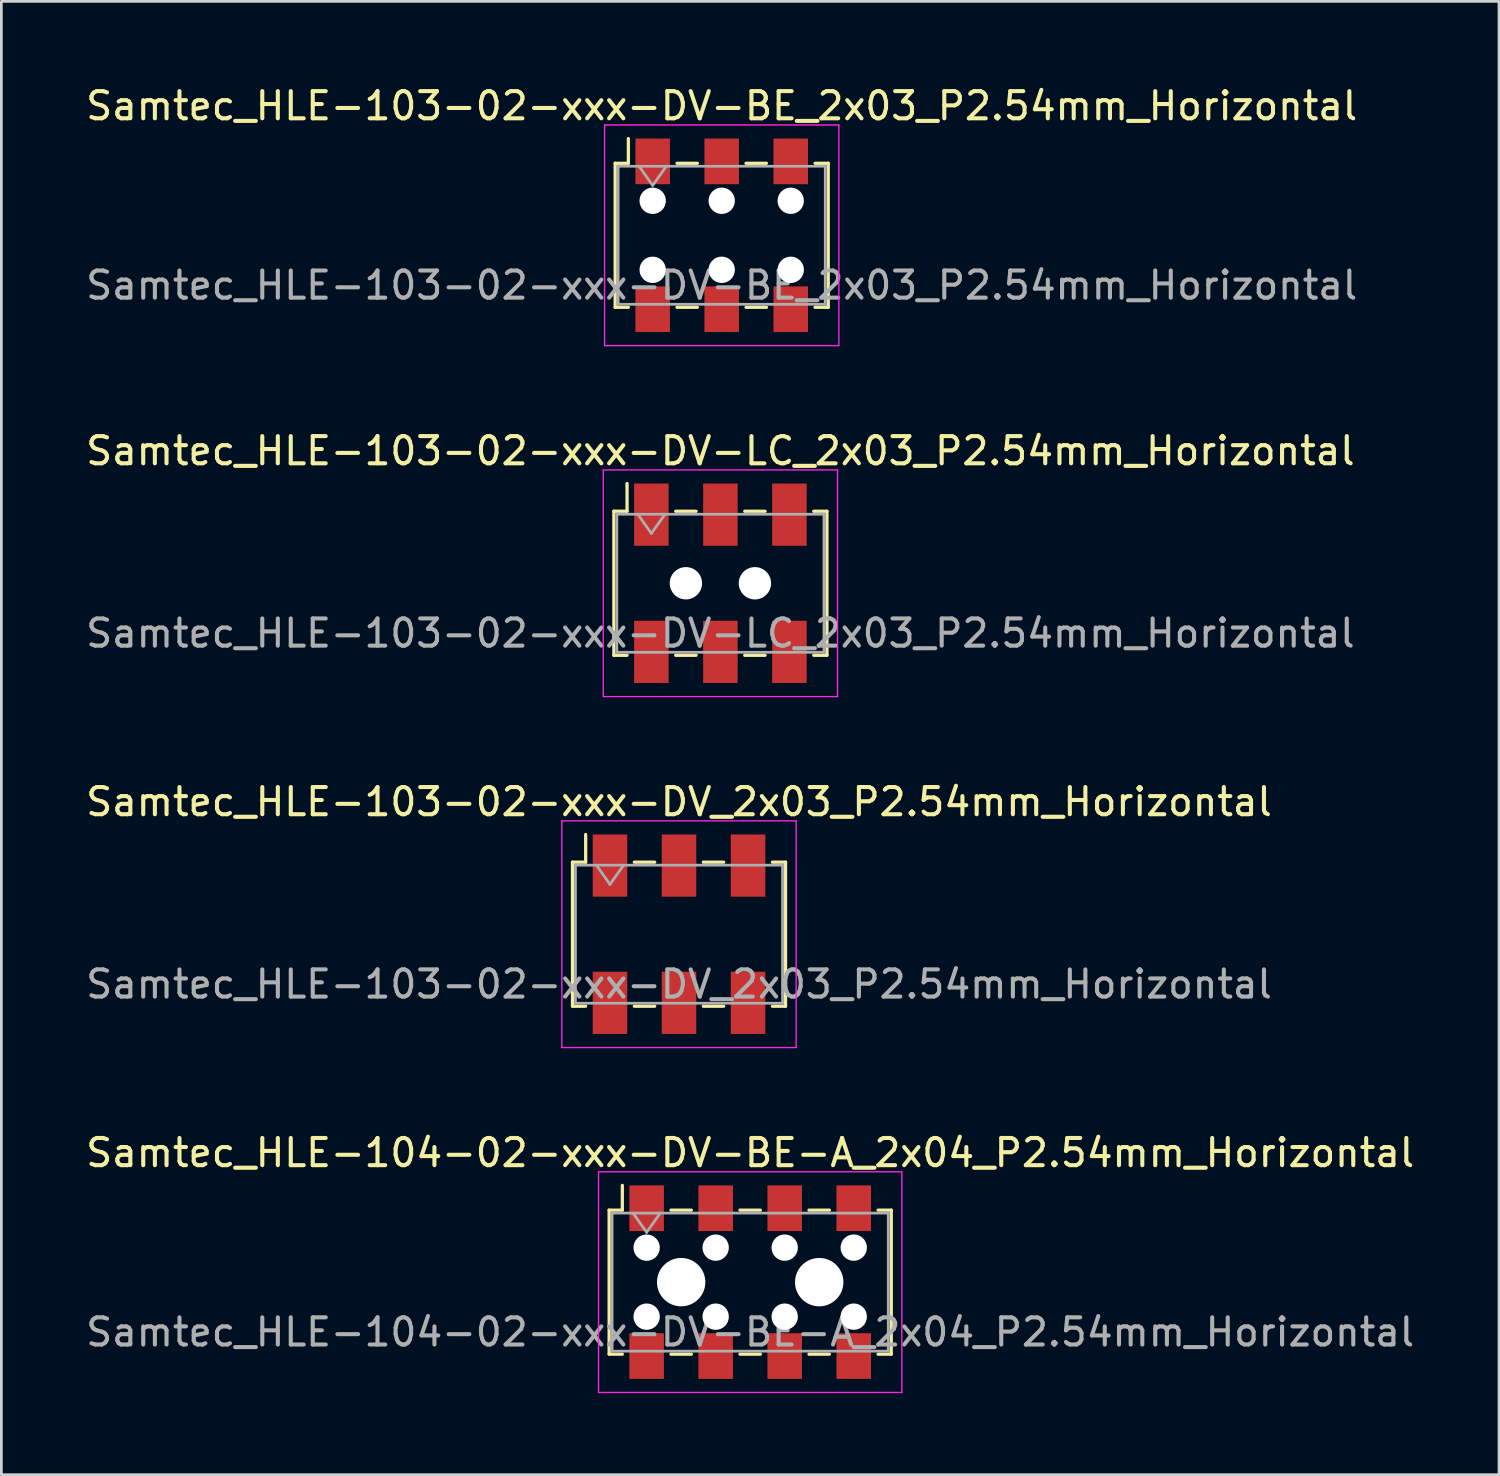
<source format=kicad_pcb>
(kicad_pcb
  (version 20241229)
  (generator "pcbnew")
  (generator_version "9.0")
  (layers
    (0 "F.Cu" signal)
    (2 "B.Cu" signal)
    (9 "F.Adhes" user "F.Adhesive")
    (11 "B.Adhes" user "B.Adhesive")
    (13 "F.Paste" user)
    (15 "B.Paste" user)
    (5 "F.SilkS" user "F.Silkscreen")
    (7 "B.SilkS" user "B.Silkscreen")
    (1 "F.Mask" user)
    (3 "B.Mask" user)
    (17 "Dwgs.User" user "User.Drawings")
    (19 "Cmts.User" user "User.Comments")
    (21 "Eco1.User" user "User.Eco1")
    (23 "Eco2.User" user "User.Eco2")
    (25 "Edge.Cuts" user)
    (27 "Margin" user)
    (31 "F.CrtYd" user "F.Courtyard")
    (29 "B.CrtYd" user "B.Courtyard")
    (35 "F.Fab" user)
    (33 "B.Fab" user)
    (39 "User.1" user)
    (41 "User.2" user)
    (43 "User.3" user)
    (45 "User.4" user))
  (footprint "Samtec_HLE-103-02-xxx-DV-LC_2x03_P2.54mm_Horizontal"
    (layer "F.Cu")
    (at 23.458 18.412)
    (property "Reference" "Samtec_HLE-103-02-xxx-DV-LC_2x03_P2.54mm_Horizontal" (at 0 -4.87 0) (layer "F.SilkS") (effects (font (size 1 1) (thickness 0.15))))
    (attr smd)
    (fp_line (start -3.92 -2.65) (end -3.92 2.65) (stroke (width 0.12) (type solid)) (layer "F.SilkS"))
    (fp_line (start -3.92 2.65) (end -3.435 2.65) (stroke (width 0.12) (type solid)) (layer "F.SilkS"))
    (fp_line (start -3.435 -3.67) (end -3.435 -2.65) (stroke (width 0.12) (type solid)) (layer "F.SilkS"))
    (fp_line (start -3.435 -2.65) (end -3.92 -2.65) (stroke (width 0.12) (type solid)) (layer "F.SilkS"))
    (fp_line (start -1.645 -2.65) (end -0.895 -2.65) (stroke (width 0.12) (type solid)) (layer "F.SilkS"))
    (fp_line (start -1.645 2.65) (end -0.895 2.65) (stroke (width 0.12) (type solid)) (layer "F.SilkS"))
    (fp_line (start 0.895 -2.65) (end 1.645 -2.65) (stroke (width 0.12) (type solid)) (layer "F.SilkS"))
    (fp_line (start 0.895 2.65) (end 1.645 2.65) (stroke (width 0.12) (type solid)) (layer "F.SilkS"))
    (fp_line (start 3.435 -2.65) (end 3.92 -2.65) (stroke (width 0.12) (type solid)) (layer "F.SilkS"))
    (fp_line (start 3.92 -2.65) (end 3.92 2.65) (stroke (width 0.12) (type solid)) (layer "F.SilkS"))
    (fp_line (start 3.92 2.65) (end 3.435 2.65) (stroke (width 0.12) (type solid)) (layer "F.SilkS"))
    (fp_line (start -4.31 -4.17) (end 4.31 -4.17) (stroke (width 0.05) (type solid)) (layer "F.CrtYd"))
    (fp_line (start -4.31 4.17) (end -4.31 -4.17) (stroke (width 0.05) (type solid)) (layer "F.CrtYd"))
    (fp_line (start 4.31 -4.17) (end 4.31 4.17) (stroke (width 0.05) (type solid)) (layer "F.CrtYd"))
    (fp_line (start 4.31 4.17) (end -4.31 4.17) (stroke (width 0.05) (type solid)) (layer "F.CrtYd"))
    (fp_line (start -3.81 -2.54) (end 3.81 -2.54) (stroke (width 0.1) (type solid)) (layer "F.Fab"))
    (fp_line (start -3.81 2.54) (end -3.81 -2.54) (stroke (width 0.1) (type solid)) (layer "F.Fab"))
    (fp_line (start -3.04 -2.54) (end -2.54 -1.833) (stroke (width 0.1) (type solid)) (layer "F.Fab"))
    (fp_line (start -2.54 -1.833) (end -2.04 -2.54) (stroke (width 0.1) (type solid)) (layer "F.Fab"))
    (fp_line (start 3.81 -2.54) (end 3.81 2.54) (stroke (width 0.1) (type solid)) (layer "F.Fab"))
    (fp_line (start 3.81 2.54) (end -3.81 2.54) (stroke (width 0.1) (type solid)) (layer "F.Fab"))
    (fp_text user "${REFERENCE}" (at 0 1.84 0) (layer "F.Fab") (effects (font (size 1 1) (thickness 0.15))))
    (pad "" np_thru_hole circle (at -1.27 0) (size 1.19 1.19) (drill 1.19) (layers "*.Cu" "*.Mask"))
    (pad "" np_thru_hole circle (at 1.27 0) (size 1.19 1.19) (drill 1.19) (layers "*.Cu" "*.Mask"))
    (pad "1" smd rect (at -2.54 -2.525) (size 1.27 2.29) (layers "F.Cu" "F.Mask" "F.Paste"))
    (pad "2" smd rect (at -2.54 2.525) (size 1.27 2.29) (layers "F.Cu" "F.Mask" "F.Paste"))
    (pad "3" smd rect (at 0 -2.525) (size 1.27 2.29) (layers "F.Cu" "F.Mask" "F.Paste"))
    (pad "4" smd rect (at 0 2.525) (size 1.27 2.29) (layers "F.Cu" "F.Mask" "F.Paste"))
    (pad "5" smd rect (at 2.54 -2.525) (size 1.27 2.29) (layers "F.Cu" "F.Mask" "F.Paste"))
    (pad "6" smd rect (at 2.54 2.525) (size 1.27 2.29) (layers "F.Cu" "F.Mask" "F.Paste")))
  (footprint "Samtec_HLE-104-02-xxx-DV-BE-A_2x04_P2.54mm_Horizontal"
    (layer "F.Cu")
    (at 24.554 44.128)
    (property "Reference" "Samtec_HLE-104-02-xxx-DV-BE-A_2x04_P2.54mm_Horizontal" (at 0 -4.76 0) (layer "F.SilkS") (effects (font (size 1 1) (thickness 0.15))))
    (attr smd)
    (fp_line (start -5.19 -2.65) (end -5.19 2.65) (stroke (width 0.12) (type solid)) (layer "F.SilkS"))
    (fp_line (start -5.19 2.65) (end -4.705 2.65) (stroke (width 0.12) (type solid)) (layer "F.SilkS"))
    (fp_line (start -4.705 -3.56) (end -4.705 -2.65) (stroke (width 0.12) (type solid)) (layer "F.SilkS"))
    (fp_line (start -4.705 -2.65) (end -5.19 -2.65) (stroke (width 0.12) (type solid)) (layer "F.SilkS"))
    (fp_line (start -2.915 -2.65) (end -2.165 -2.65) (stroke (width 0.12) (type solid)) (layer "F.SilkS"))
    (fp_line (start -2.915 2.65) (end -2.165 2.65) (stroke (width 0.12) (type solid)) (layer "F.SilkS"))
    (fp_line (start -0.375 -2.65) (end 0.375 -2.65) (stroke (width 0.12) (type solid)) (layer "F.SilkS"))
    (fp_line (start -0.375 2.65) (end 0.375 2.65) (stroke (width 0.12) (type solid)) (layer "F.SilkS"))
    (fp_line (start 2.165 -2.65) (end 2.915 -2.65) (stroke (width 0.12) (type solid)) (layer "F.SilkS"))
    (fp_line (start 2.165 2.65) (end 2.915 2.65) (stroke (width 0.12) (type solid)) (layer "F.SilkS"))
    (fp_line (start 4.705 -2.65) (end 5.19 -2.65) (stroke (width 0.12) (type solid)) (layer "F.SilkS"))
    (fp_line (start 5.19 -2.65) (end 5.19 2.65) (stroke (width 0.12) (type solid)) (layer "F.SilkS"))
    (fp_line (start 5.19 2.65) (end 4.705 2.65) (stroke (width 0.12) (type solid)) (layer "F.SilkS"))
    (fp_line (start -5.58 -4.06) (end 5.58 -4.06) (stroke (width 0.05) (type solid)) (layer "F.CrtYd"))
    (fp_line (start -5.58 4.06) (end -5.58 -4.06) (stroke (width 0.05) (type solid)) (layer "F.CrtYd"))
    (fp_line (start 5.58 -4.06) (end 5.58 4.06) (stroke (width 0.05) (type solid)) (layer "F.CrtYd"))
    (fp_line (start 5.58 4.06) (end -5.58 4.06) (stroke (width 0.05) (type solid)) (layer "F.CrtYd"))
    (fp_line (start -5.08 -2.54) (end 5.08 -2.54) (stroke (width 0.1) (type solid)) (layer "F.Fab"))
    (fp_line (start -5.08 2.54) (end -5.08 -2.54) (stroke (width 0.1) (type solid)) (layer "F.Fab"))
    (fp_line (start -4.31 -2.54) (end -3.81 -1.833) (stroke (width 0.1) (type solid)) (layer "F.Fab"))
    (fp_line (start -3.81 -1.833) (end -3.31 -2.54) (stroke (width 0.1) (type solid)) (layer "F.Fab"))
    (fp_line (start 5.08 -2.54) (end 5.08 2.54) (stroke (width 0.1) (type solid)) (layer "F.Fab"))
    (fp_line (start 5.08 2.54) (end -5.08 2.54) (stroke (width 0.1) (type solid)) (layer "F.Fab"))
    (fp_text user "${REFERENCE}" (at 0 1.84 0) (layer "F.Fab") (effects (font (size 1 1) (thickness 0.15))))
    (pad "" np_thru_hole circle (at -3.81 -1.27) (size 0.97 0.97) (drill 0.97) (layers "*.Cu" "*.Mask"))
    (pad "" np_thru_hole circle (at -3.81 1.27) (size 0.97 0.97) (drill 0.97) (layers "*.Cu" "*.Mask"))
    (pad "" np_thru_hole circle (at -2.54 0) (size 1.78 1.78) (drill 1.78) (layers "*.Cu" "*.Mask"))
    (pad "" np_thru_hole circle (at -1.27 -1.27) (size 0.97 0.97) (drill 0.97) (layers "*.Cu" "*.Mask"))
    (pad "" np_thru_hole circle (at -1.27 1.27) (size 0.97 0.97) (drill 0.97) (layers "*.Cu" "*.Mask"))
    (pad "" np_thru_hole circle (at 1.27 -1.27) (size 0.97 0.97) (drill 0.97) (layers "*.Cu" "*.Mask"))
    (pad "" np_thru_hole circle (at 1.27 1.27) (size 0.97 0.97) (drill 0.97) (layers "*.Cu" "*.Mask"))
    (pad "" np_thru_hole circle (at 2.54 0) (size 1.78 1.78) (drill 1.78) (layers "*.Cu" "*.Mask"))
    (pad "" np_thru_hole circle (at 3.81 -1.27) (size 0.97 0.97) (drill 0.97) (layers "*.Cu" "*.Mask"))
    (pad "" np_thru_hole circle (at 3.81 1.27) (size 0.97 0.97) (drill 0.97) (layers "*.Cu" "*.Mask"))
    (pad "1" smd rect (at -3.81 -2.72) (size 1.27 1.68) (layers "F.Cu" "F.Mask" "F.Paste"))
    (pad "2" smd rect (at -3.81 2.72) (size 1.27 1.68) (layers "F.Cu" "F.Mask" "F.Paste"))
    (pad "3" smd rect (at -1.27 -2.72) (size 1.27 1.68) (layers "F.Cu" "F.Mask" "F.Paste"))
    (pad "4" smd rect (at -1.27 2.72) (size 1.27 1.68) (layers "F.Cu" "F.Mask" "F.Paste"))
    (pad "5" smd rect (at 1.27 -2.72) (size 1.27 1.68) (layers "F.Cu" "F.Mask" "F.Paste"))
    (pad "6" smd rect (at 1.27 2.72) (size 1.27 1.68) (layers "F.Cu" "F.Mask" "F.Paste"))
    (pad "7" smd rect (at 3.81 -2.72) (size 1.27 1.68) (layers "F.Cu" "F.Mask" "F.Paste"))
    (pad "8" smd rect (at 3.81 2.72) (size 1.27 1.68) (layers "F.Cu" "F.Mask" "F.Paste")))
  (footprint "Samtec_HLE-103-02-xxx-DV_2x03_P2.54mm_Horizontal"
    (layer "F.Cu")
    (at 21.935 31.325)
    (property "Reference" "Samtec_HLE-103-02-xxx-DV_2x03_P2.54mm_Horizontal" (at 0 -4.87 0) (layer "F.SilkS") (effects (font (size 1 1) (thickness 0.15))))
    (attr smd)
    (fp_line (start -3.92 -2.65) (end -3.92 2.65) (stroke (width 0.12) (type solid)) (layer "F.SilkS"))
    (fp_line (start -3.92 2.65) (end -3.435 2.65) (stroke (width 0.12) (type solid)) (layer "F.SilkS"))
    (fp_line (start -3.435 -3.67) (end -3.435 -2.65) (stroke (width 0.12) (type solid)) (layer "F.SilkS"))
    (fp_line (start -3.435 -2.65) (end -3.92 -2.65) (stroke (width 0.12) (type solid)) (layer "F.SilkS"))
    (fp_line (start -1.645 -2.65) (end -0.895 -2.65) (stroke (width 0.12) (type solid)) (layer "F.SilkS"))
    (fp_line (start -1.645 2.65) (end -0.895 2.65) (stroke (width 0.12) (type solid)) (layer "F.SilkS"))
    (fp_line (start 0.895 -2.65) (end 1.645 -2.65) (stroke (width 0.12) (type solid)) (layer "F.SilkS"))
    (fp_line (start 0.895 2.65) (end 1.645 2.65) (stroke (width 0.12) (type solid)) (layer "F.SilkS"))
    (fp_line (start 3.435 -2.65) (end 3.92 -2.65) (stroke (width 0.12) (type solid)) (layer "F.SilkS"))
    (fp_line (start 3.92 -2.65) (end 3.92 2.65) (stroke (width 0.12) (type solid)) (layer "F.SilkS"))
    (fp_line (start 3.92 2.65) (end 3.435 2.65) (stroke (width 0.12) (type solid)) (layer "F.SilkS"))
    (fp_line (start -4.31 -4.17) (end 4.31 -4.17) (stroke (width 0.05) (type solid)) (layer "F.CrtYd"))
    (fp_line (start -4.31 4.17) (end -4.31 -4.17) (stroke (width 0.05) (type solid)) (layer "F.CrtYd"))
    (fp_line (start 4.31 -4.17) (end 4.31 4.17) (stroke (width 0.05) (type solid)) (layer "F.CrtYd"))
    (fp_line (start 4.31 4.17) (end -4.31 4.17) (stroke (width 0.05) (type solid)) (layer "F.CrtYd"))
    (fp_line (start -3.81 -2.54) (end 3.81 -2.54) (stroke (width 0.1) (type solid)) (layer "F.Fab"))
    (fp_line (start -3.81 2.54) (end -3.81 -2.54) (stroke (width 0.1) (type solid)) (layer "F.Fab"))
    (fp_line (start -3.04 -2.54) (end -2.54 -1.833) (stroke (width 0.1) (type solid)) (layer "F.Fab"))
    (fp_line (start -2.54 -1.833) (end -2.04 -2.54) (stroke (width 0.1) (type solid)) (layer "F.Fab"))
    (fp_line (start 3.81 -2.54) (end 3.81 2.54) (stroke (width 0.1) (type solid)) (layer "F.Fab"))
    (fp_line (start 3.81 2.54) (end -3.81 2.54) (stroke (width 0.1) (type solid)) (layer "F.Fab"))
    (fp_text user "${REFERENCE}" (at 0 1.84 0) (layer "F.Fab") (effects (font (size 1 1) (thickness 0.15))))
    (pad "1" smd rect (at -2.54 -2.525) (size 1.27 2.29) (layers "F.Cu" "F.Mask" "F.Paste"))
    (pad "2" smd rect (at -2.54 2.525) (size 1.27 2.29) (layers "F.Cu" "F.Mask" "F.Paste"))
    (pad "3" smd rect (at 0 -2.525) (size 1.27 2.29) (layers "F.Cu" "F.Mask" "F.Paste"))
    (pad "4" smd rect (at 0 2.525) (size 1.27 2.29) (layers "F.Cu" "F.Mask" "F.Paste"))
    (pad "5" smd rect (at 2.54 -2.525) (size 1.27 2.29) (layers "F.Cu" "F.Mask" "F.Paste"))
    (pad "6" smd rect (at 2.54 2.525) (size 1.27 2.29) (layers "F.Cu" "F.Mask" "F.Paste")))
  (footprint "Samtec_HLE-103-02-xxx-DV-BE_2x03_P2.54mm_Horizontal"
    (layer "F.Cu")
    (at 23.506 5.608)
    (property "Reference" "Samtec_HLE-103-02-xxx-DV-BE_2x03_P2.54mm_Horizontal" (at 0 -4.76 0) (layer "F.SilkS") (effects (font (size 1 1) (thickness 0.15))))
    (attr smd)
    (fp_line (start -3.92 -2.65) (end -3.92 2.65) (stroke (width 0.12) (type solid)) (layer "F.SilkS"))
    (fp_line (start -3.92 2.65) (end -3.435 2.65) (stroke (width 0.12) (type solid)) (layer "F.SilkS"))
    (fp_line (start -3.435 -3.56) (end -3.435 -2.65) (stroke (width 0.12) (type solid)) (layer "F.SilkS"))
    (fp_line (start -3.435 -2.65) (end -3.92 -2.65) (stroke (width 0.12) (type solid)) (layer "F.SilkS"))
    (fp_line (start -1.645 -2.65) (end -0.895 -2.65) (stroke (width 0.12) (type solid)) (layer "F.SilkS"))
    (fp_line (start -1.645 2.65) (end -0.895 2.65) (stroke (width 0.12) (type solid)) (layer "F.SilkS"))
    (fp_line (start 0.895 -2.65) (end 1.645 -2.65) (stroke (width 0.12) (type solid)) (layer "F.SilkS"))
    (fp_line (start 0.895 2.65) (end 1.645 2.65) (stroke (width 0.12) (type solid)) (layer "F.SilkS"))
    (fp_line (start 3.435 -2.65) (end 3.92 -2.65) (stroke (width 0.12) (type solid)) (layer "F.SilkS"))
    (fp_line (start 3.92 -2.65) (end 3.92 2.65) (stroke (width 0.12) (type solid)) (layer "F.SilkS"))
    (fp_line (start 3.92 2.65) (end 3.435 2.65) (stroke (width 0.12) (type solid)) (layer "F.SilkS"))
    (fp_line (start -4.31 -4.06) (end 4.31 -4.06) (stroke (width 0.05) (type solid)) (layer "F.CrtYd"))
    (fp_line (start -4.31 4.06) (end -4.31 -4.06) (stroke (width 0.05) (type solid)) (layer "F.CrtYd"))
    (fp_line (start 4.31 -4.06) (end 4.31 4.06) (stroke (width 0.05) (type solid)) (layer "F.CrtYd"))
    (fp_line (start 4.31 4.06) (end -4.31 4.06) (stroke (width 0.05) (type solid)) (layer "F.CrtYd"))
    (fp_line (start -3.81 -2.54) (end 3.81 -2.54) (stroke (width 0.1) (type solid)) (layer "F.Fab"))
    (fp_line (start -3.81 2.54) (end -3.81 -2.54) (stroke (width 0.1) (type solid)) (layer "F.Fab"))
    (fp_line (start -3.04 -2.54) (end -2.54 -1.833) (stroke (width 0.1) (type solid)) (layer "F.Fab"))
    (fp_line (start -2.54 -1.833) (end -2.04 -2.54) (stroke (width 0.1) (type solid)) (layer "F.Fab"))
    (fp_line (start 3.81 -2.54) (end 3.81 2.54) (stroke (width 0.1) (type solid)) (layer "F.Fab"))
    (fp_line (start 3.81 2.54) (end -3.81 2.54) (stroke (width 0.1) (type solid)) (layer "F.Fab"))
    (fp_text user "${REFERENCE}" (at 0 1.84 0) (layer "F.Fab") (effects (font (size 1 1) (thickness 0.15))))
    (pad "" np_thru_hole circle (at -2.54 -1.27) (size 0.97 0.97) (drill 0.97) (layers "*.Cu" "*.Mask"))
    (pad "" np_thru_hole circle (at -2.54 1.27) (size 0.97 0.97) (drill 0.97) (layers "*.Cu" "*.Mask"))
    (pad "" np_thru_hole circle (at 0 -1.27) (size 0.97 0.97) (drill 0.97) (layers "*.Cu" "*.Mask"))
    (pad "" np_thru_hole circle (at 0 1.27) (size 0.97 0.97) (drill 0.97) (layers "*.Cu" "*.Mask"))
    (pad "" np_thru_hole circle (at 2.54 -1.27) (size 0.97 0.97) (drill 0.97) (layers "*.Cu" "*.Mask"))
    (pad "" np_thru_hole circle (at 2.54 1.27) (size 0.97 0.97) (drill 0.97) (layers "*.Cu" "*.Mask"))
    (pad "1" smd rect (at -2.54 -2.72) (size 1.27 1.68) (layers "F.Cu" "F.Mask" "F.Paste"))
    (pad "2" smd rect (at -2.54 2.72) (size 1.27 1.68) (layers "F.Cu" "F.Mask" "F.Paste"))
    (pad "3" smd rect (at 0 -2.72) (size 1.27 1.68) (layers "F.Cu" "F.Mask" "F.Paste"))
    (pad "4" smd rect (at 0 2.72) (size 1.27 1.68) (layers "F.Cu" "F.Mask" "F.Paste"))
    (pad "5" smd rect (at 2.54 -2.72) (size 1.27 1.68) (layers "F.Cu" "F.Mask" "F.Paste"))
    (pad "6" smd rect (at 2.54 2.72) (size 1.27 1.68) (layers "F.Cu" "F.Mask" "F.Paste")))
  (gr_rect
    (start -3 -3)
    (end 52.107 51.213)
    (stroke (width 0.1) (type default))
    (fill no)
    (layer "Edge.Cuts")))
</source>
